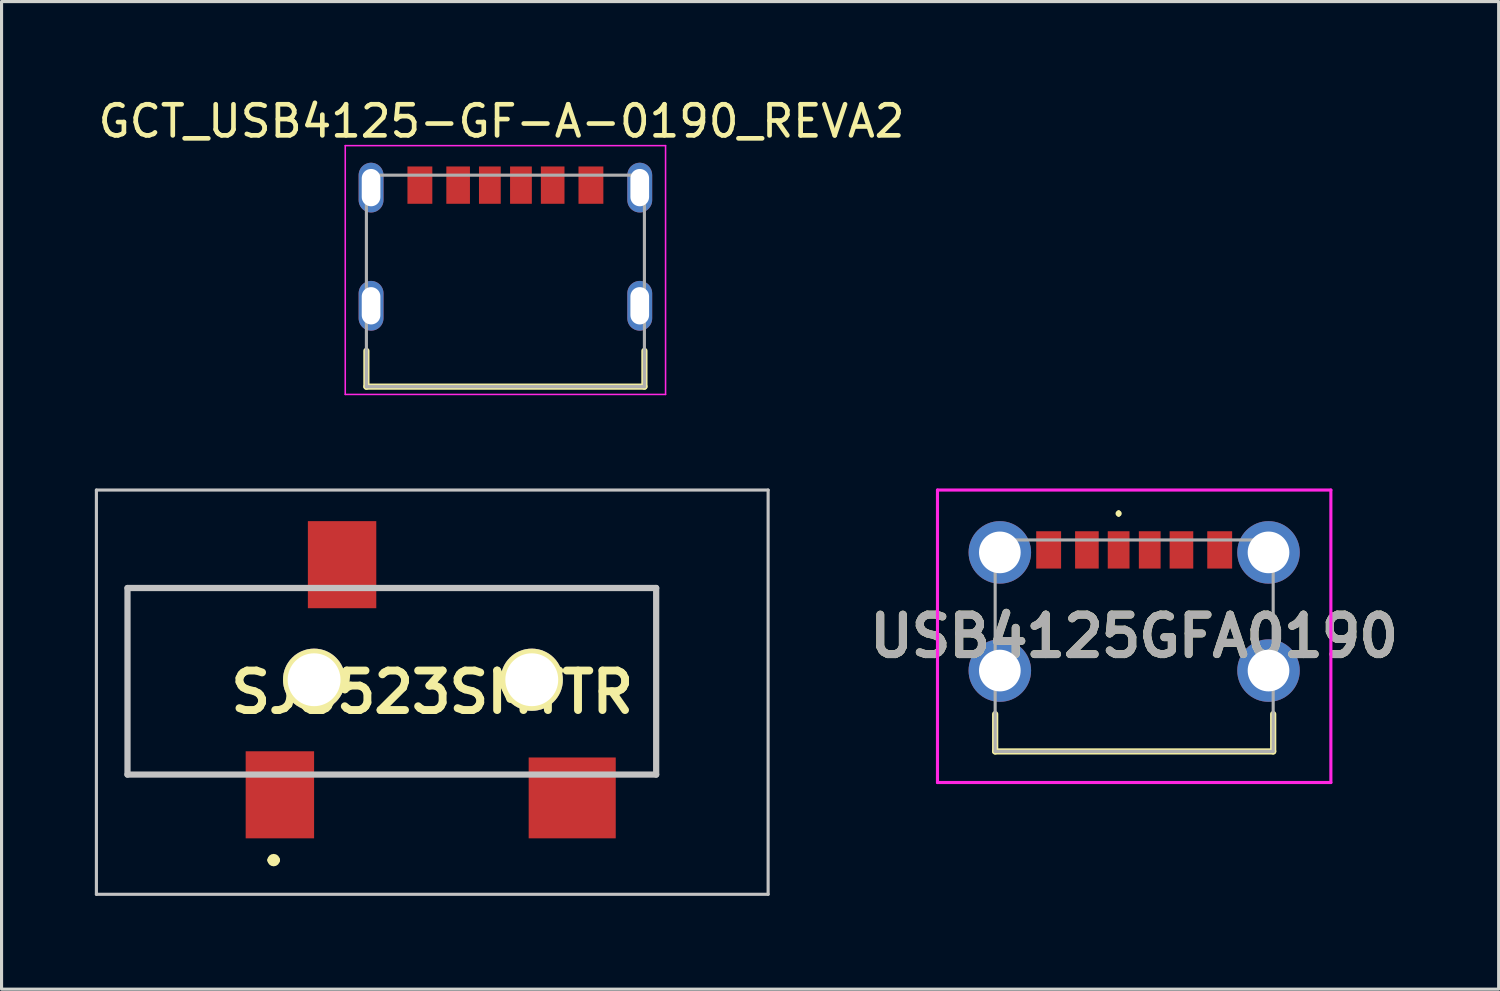
<source format=kicad_pcb>
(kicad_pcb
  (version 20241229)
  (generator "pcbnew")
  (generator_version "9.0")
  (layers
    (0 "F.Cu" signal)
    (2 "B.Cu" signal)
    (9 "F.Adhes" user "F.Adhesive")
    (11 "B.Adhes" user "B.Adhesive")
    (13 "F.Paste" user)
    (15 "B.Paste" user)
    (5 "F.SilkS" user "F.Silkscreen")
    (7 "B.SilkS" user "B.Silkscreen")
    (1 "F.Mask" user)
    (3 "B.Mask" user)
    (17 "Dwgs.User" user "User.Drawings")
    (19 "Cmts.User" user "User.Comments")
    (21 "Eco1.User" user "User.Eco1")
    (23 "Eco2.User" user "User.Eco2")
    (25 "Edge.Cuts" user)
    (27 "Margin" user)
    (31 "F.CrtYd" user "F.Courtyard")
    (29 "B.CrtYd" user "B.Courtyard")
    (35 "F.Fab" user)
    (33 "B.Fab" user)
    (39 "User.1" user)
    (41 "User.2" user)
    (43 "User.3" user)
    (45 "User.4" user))
  (footprint "USB4125GFA0190"
    (layer "F.Cu")
    (at 33.421 17.713)
    (property "Reference" "USB4125GFA0190" (at 0 -0.303 0) (layer "F.SilkS") (effects (font (size 1.27 1.27) (thickness 0.254))))
    (attr through_hole)
    (fp_line (start -4.47 2.2) (end -4.47 3.4) (stroke (width 0.2) (type solid)) (layer "F.SilkS"))
    (fp_line (start -4.47 3.4) (end 4.47 3.4) (stroke (width 0.2) (type solid)) (layer "F.SilkS"))
    (fp_line (start -0.5 -4.3) (end -0.5 -4.3) (stroke (width 0.1) (type solid)) (layer "F.SilkS"))
    (fp_line (start -0.5 -4.2) (end -0.5 -4.2) (stroke (width 0.1) (type solid)) (layer "F.SilkS"))
    (fp_line (start 4.47 3.4) (end 4.47 2.2) (stroke (width 0.2) (type solid)) (layer "F.SilkS"))
    (fp_arc (start -0.5 -4.3) (mid -0.45 -4.25) (end -0.5 -4.2) (stroke (width 0.1) (type solid)) (layer "F.SilkS"))
    (fp_arc (start -0.5 -4.2) (mid -0.55 -4.25) (end -0.5 -4.3) (stroke (width 0.1) (type solid)) (layer "F.SilkS"))
    (fp_line (start -6.325 -5.005) (end 6.325 -5.005) (stroke (width 0.1) (type solid)) (layer "F.CrtYd"))
    (fp_line (start -6.325 4.4) (end -6.325 -5.005) (stroke (width 0.1) (type solid)) (layer "F.CrtYd"))
    (fp_line (start 6.325 -5.005) (end 6.325 4.4) (stroke (width 0.1) (type solid)) (layer "F.CrtYd"))
    (fp_line (start 6.325 4.4) (end -6.325 4.4) (stroke (width 0.1) (type solid)) (layer "F.CrtYd"))
    (fp_line (start -4.47 -3.4) (end 4.47 -3.4) (stroke (width 0.1) (type solid)) (layer "F.Fab"))
    (fp_line (start -4.47 3.4) (end -4.47 -3.4) (stroke (width 0.1) (type solid)) (layer "F.Fab"))
    (fp_line (start 4.47 -3.4) (end 4.47 3.4) (stroke (width 0.1) (type solid)) (layer "F.Fab"))
    (fp_line (start 4.47 3.4) (end -4.47 3.4) (stroke (width 0.1) (type solid)) (layer "F.Fab"))
    (fp_text user "${REFERENCE}" (at 0 -0.303 0) (layer "F.Fab") (effects (font (size 1.27 1.27) (thickness 0.254))))
    (pad "A5" smd rect (at -0.5 -3.08) (size 0.7 1.2) (layers "F.Cu" "F.Mask" "F.Paste"))
    (pad "A9" smd rect (at 1.52 -3.08) (size 0.76 1.2) (layers "F.Cu" "F.Mask" "F.Paste"))
    (pad "A12" smd rect (at 2.75 -3.08) (size 0.8 1.2) (layers "F.Cu" "F.Mask" "F.Paste"))
    (pad "B5" smd rect (at 0.5 -3.08) (size 0.7 1.2) (layers "F.Cu" "F.Mask" "F.Paste"))
    (pad "B9" smd rect (at -1.52 -3.08) (size 0.76 1.2) (layers "F.Cu" "F.Mask" "F.Paste"))
    (pad "B12" smd rect (at -2.75 -3.08) (size 0.8 1.2) (layers "F.Cu" "F.Mask" "F.Paste"))
    (pad "MH1" thru_hole circle (at -4.32 -3) (size 2.01 2.01) (drill 1.34) (layers "*.Cu" "*.Mask"))
    (pad "MH2" thru_hole circle (at -4.32 0.8) (size 2.01 2.01) (drill 1.34) (layers "*.Cu" "*.Mask"))
    (pad "MH3" thru_hole circle (at 4.32 0.8) (size 2.01 2.01) (drill 1.34) (layers "*.Cu" "*.Mask"))
    (pad "MH4" thru_hole circle (at 4.32 -3) (size 2.01 2.01) (drill 1.34) (layers "*.Cu" "*.Mask")))
  (footprint "SJ3523SMTTR"
    (layer "F.Cu")
    (at 3.55 18.808)
    (property "Reference" "SJ3523SMTTR" (at 7.3 0.4 0) (layer "F.SilkS") (effects (font (size 1.27 1.27) (thickness 0.254))))
    (attr through_hole exclude_from_pos_files)
    (fp_line (start -2.5 -2.95) (end -2.5 3.05) (stroke (width 0.1) (type solid)) (layer "F.SilkS"))
    (fp_line (start -2.5 3.05) (end 0.9 3.05) (stroke (width 0.1) (type solid)) (layer "F.SilkS"))
    (fp_line (start 2.1 5.8) (end 2.1 5.8) (stroke (width 0.2) (type solid)) (layer "F.SilkS"))
    (fp_line (start 2.3 5.8) (end 2.3 5.8) (stroke (width 0.2) (type solid)) (layer "F.SilkS"))
    (fp_line (start 2.9 -2.95) (end -2.5 -2.95) (stroke (width 0.1) (type solid)) (layer "F.SilkS"))
    (fp_line (start 3.9 3.05) (end 10.1 3.05) (stroke (width 0.1) (type solid)) (layer "F.SilkS"))
    (fp_line (start 5.9 -2.95) (end 14.5 -2.95) (stroke (width 0.1) (type solid)) (layer "F.SilkS"))
    (fp_line (start 13.5 3.05) (end 14.5 3.05) (stroke (width 0.1) (type solid)) (layer "F.SilkS"))
    (fp_line (start 14.5 -3) (end 14.5 1.5) (stroke (width 0.1) (type solid)) (layer "F.SilkS"))
    (fp_line (start 14.5 3.05) (end 14.5 1.5) (stroke (width 0.1) (type solid)) (layer "F.SilkS"))
    (fp_arc (start 2.1 5.8) (mid 2.2 5.7) (end 2.3 5.8) (stroke (width 0.2) (type solid)) (layer "F.SilkS"))
    (fp_arc (start 2.3 5.8) (mid 2.2 5.9) (end 2.1 5.8) (stroke (width 0.2) (type solid)) (layer "F.SilkS"))
    (fp_line (start -3.5 -6.1) (end 18.1 -6.1) (stroke (width 0.1) (type solid)) (layer "Dwgs.User"))
    (fp_line (start -3.5 6.9) (end -3.5 -6.1) (stroke (width 0.1) (type solid)) (layer "Dwgs.User"))
    (fp_line (start -2.5 -2.95) (end 14.5 -2.95) (stroke (width 0.2) (type solid)) (layer "Dwgs.User"))
    (fp_line (start -2.5 3.05) (end -2.5 -2.95) (stroke (width 0.2) (type solid)) (layer "Dwgs.User"))
    (fp_line (start 14.5 -2.95) (end 14.5 3.05) (stroke (width 0.2) (type solid)) (layer "Dwgs.User"))
    (fp_line (start 14.5 3.05) (end -2.5 3.05) (stroke (width 0.2) (type solid)) (layer "Dwgs.User"))
    (fp_line (start 18.1 -6.1) (end 18.1 6.9) (stroke (width 0.1) (type solid)) (layer "Dwgs.User"))
    (fp_line (start 18.1 6.9) (end -3.5 6.9) (stroke (width 0.1) (type solid)) (layer "Dwgs.User"))
    (pad "1" smd rect (at 2.4 3.7) (size 2.2 2.8) (layers "F.Cu" "F.Mask" "F.Paste"))
    (pad "2" smd rect (at 11.8 3.8 90) (size 2.6 2.8) (layers "F.Cu" "F.Mask" "F.Paste"))
    (pad "3" smd rect (at 4.4 -3.7) (size 2.2 2.8) (layers "F.Cu" "F.Mask" "F.Paste"))
    (pad "MH1" thru_hole circle (at 3.5 0 90) (size 2 2) (drill 1.7) (layers "*.Cu" "*.Mask" "F.SilkS"))
    (pad "MH2" thru_hole circle (at 10.5 0 90) (size 2 2) (drill 1.7) (layers "*.Cu" "*.Mask" "F.SilkS")))
  (footprint "GCT_USB4125-GF-A-0190_REVA2"
    (layer "F.Cu")
    (at 13.202 5.983)
    (property "Reference" "GCT_USB4125-GF-A-0190_REVA2" (at -0.125 -5.135 0) (layer "F.SilkS") (effects (font (size 1 1) (thickness 0.15))))
    (attr through_hole)
    (fp_line (start -4.47 2.25) (end -4.47 3.4) (stroke (width 0.2) (type solid)) (layer "F.SilkS"))
    (fp_line (start -4.47 3.4) (end 4.47 3.4) (stroke (width 0.2) (type solid)) (layer "F.SilkS"))
    (fp_line (start 4.47 3.4) (end 4.47 2.25) (stroke (width 0.2) (type solid)) (layer "F.SilkS"))
    (fp_line (start -5.15 -4.35) (end 5.15 -4.35) (stroke (width 0.05) (type solid)) (layer "F.CrtYd"))
    (fp_line (start -5.15 3.65) (end -5.15 -4.35) (stroke (width 0.05) (type solid)) (layer "F.CrtYd"))
    (fp_line (start 5.15 -4.35) (end 5.15 3.65) (stroke (width 0.05) (type solid)) (layer "F.CrtYd"))
    (fp_line (start 5.15 3.65) (end -5.15 3.65) (stroke (width 0.05) (type solid)) (layer "F.CrtYd"))
    (fp_line (start -4.47 -3.4) (end 4.47 -3.4) (stroke (width 0.1) (type solid)) (layer "F.Fab"))
    (fp_line (start -4.47 3.4) (end -4.47 -3.4) (stroke (width 0.1) (type solid)) (layer "F.Fab"))
    (fp_line (start 4.47 -3.4) (end 4.47 3.4) (stroke (width 0.1) (type solid)) (layer "F.Fab"))
    (fp_line (start 4.47 3.4) (end -4.47 3.4) (stroke (width 0.1) (type solid)) (layer "F.Fab"))
    (pad "A5" smd rect (at -0.5 -3.08) (size 0.7 1.2) (layers "F.Cu" "F.Mask" "F.Paste"))
    (pad "A9" smd rect (at 1.52 -3.08) (size 0.76 1.2) (layers "F.Cu" "F.Mask" "F.Paste"))
    (pad "A12" smd rect (at 2.75 -3.08) (size 0.8 1.2) (layers "F.Cu" "F.Mask" "F.Paste"))
    (pad "B5" smd rect (at 0.5 -3.08) (size 0.7 1.2) (layers "F.Cu" "F.Mask" "F.Paste"))
    (pad "B9" smd rect (at -1.52 -3.08) (size 0.76 1.2) (layers "F.Cu" "F.Mask" "F.Paste"))
    (pad "B12" smd rect (at -2.75 -3.08) (size 0.8 1.2) (layers "F.Cu" "F.Mask" "F.Paste"))
    (pad "S1" thru_hole oval (at -4.32 -3) (size 0.8 1.6) (drill oval 0.6 1.2) (layers "*.Cu"))
    (pad "S2" thru_hole oval (at 4.32 -3) (size 0.8 1.6) (drill oval 0.6 1.2) (layers "*.Cu"))
    (pad "S3" thru_hole oval (at -4.32 0.8) (size 0.8 1.6) (drill oval 0.6 1.2) (layers "*.Cu"))
    (pad "S4" thru_hole oval (at 4.32 0.8) (size 0.8 1.6) (drill oval 0.6 1.2) (layers "*.Cu")))
  (gr_rect
    (start -3 -3)
    (end 45.141 28.758)
    (stroke (width 0.1) (type default))
    (fill no)
    (layer "Edge.Cuts")))
</source>
